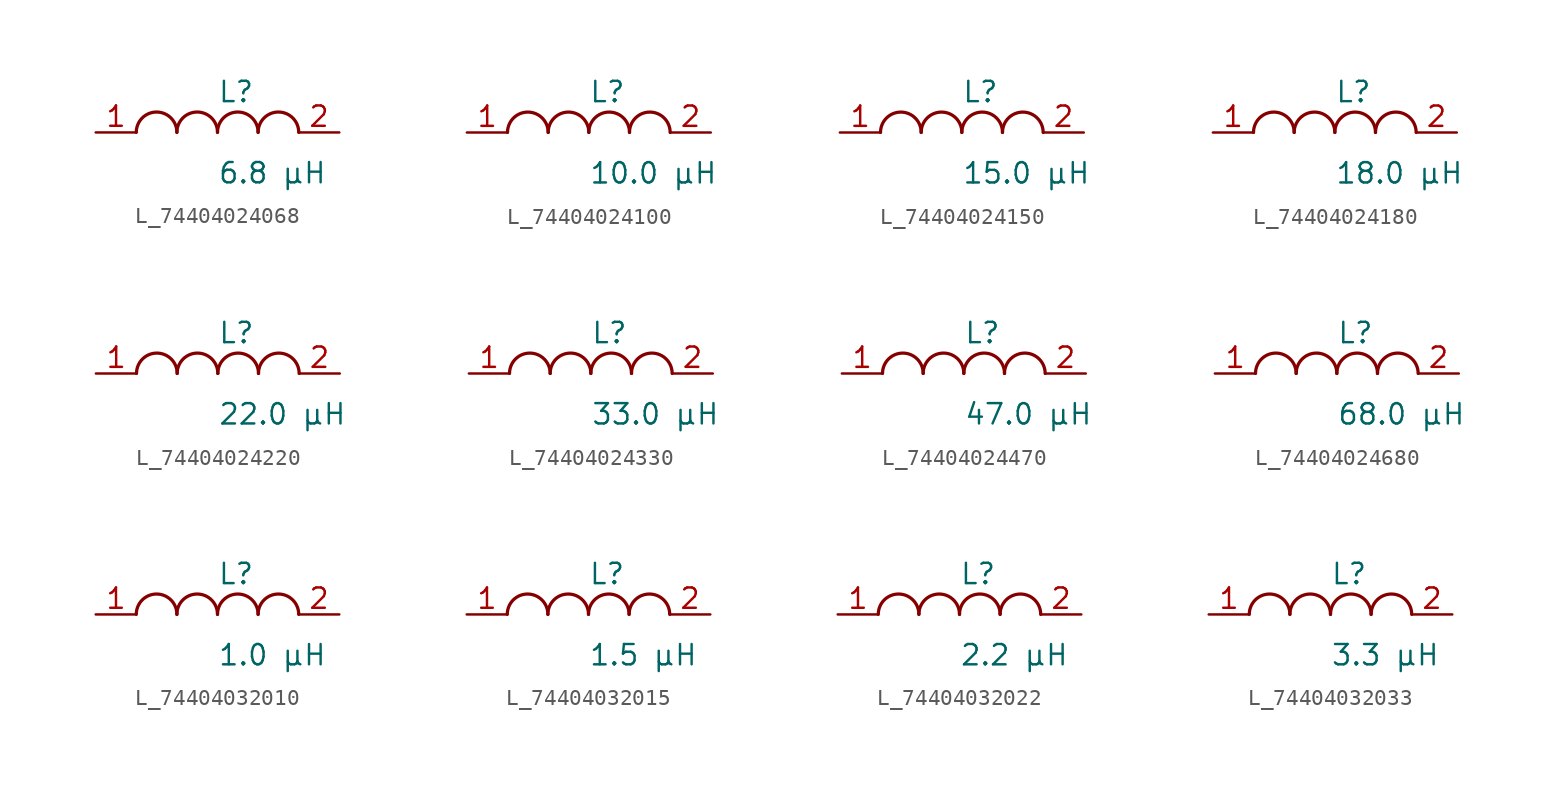
<source format=kicad_sym>
(kicad_symbol_lib
  (version 20231120)
  (generator kicad_symbol_editor)
  (generator_version 8.0)
  (symbol "L_74404024068"
    (pin_names
      (offset 0.254))
    (property "Reference" "L"
      (at 0.0 2.54 0)
      (effects (font (size 1.27 1.27)) (justify left)))
    (property "Value" "6.8 µH"
      (at 0.0 -2.54 0)
      (effects (font (size 1.27 1.27)) (justify left)))
    (symbol "L_74404024068_1_1"
      (arc (start -2.54 0.0056) (mid -3.81 1.27) (end -5.08 0.0056) (stroke (width 0.2032) (type default)) (fill (type none)))
      (arc (start 0 0.0056) (mid -1.27 1.27) (end -2.54 0.0056) (stroke (width 0.2032) (type default)) (fill (type none)))
      (arc (start 2.54 0.0056) (mid 1.27 1.27) (end 0 0.0056) (stroke (width 0.2032) (type default)) (fill (type none)))
      (arc (start 5.08 0.0056) (mid 3.81 1.27) (end 2.54 0.0056) (stroke (width 0.2032) (type default)) (fill (type none)))
      (pin unspecified line (at -7.62 0 0) (length 2.54) (name "" (effects (font (size 1.27 1.27)))) (number "1" (effects (font (size 1.27 1.27)))))
      (pin unspecified line (at 7.62 0 180) (length 2.54) (name "" (effects (font (size 1.27 1.27)))) (number "2" (effects (font (size 1.27 1.27)))))))
  (symbol "L_74404024100"
    (pin_names
      (offset 0.254))
    (property "Reference" "L"
      (at 0.0 2.54 0)
      (effects (font (size 1.27 1.27)) (justify left)))
    (property "Value" "10.0 µH"
      (at 0.0 -2.54 0)
      (effects (font (size 1.27 1.27)) (justify left)))
    (symbol "L_74404024100_1_1"
      (arc (start -2.54 0.0056) (mid -3.81 1.27) (end -5.08 0.0056) (stroke (width 0.2032) (type default)) (fill (type none)))
      (arc (start 0 0.0056) (mid -1.27 1.27) (end -2.54 0.0056) (stroke (width 0.2032) (type default)) (fill (type none)))
      (arc (start 2.54 0.0056) (mid 1.27 1.27) (end 0 0.0056) (stroke (width 0.2032) (type default)) (fill (type none)))
      (arc (start 5.08 0.0056) (mid 3.81 1.27) (end 2.54 0.0056) (stroke (width 0.2032) (type default)) (fill (type none)))
      (pin unspecified line (at -7.62 0 0) (length 2.54) (name "" (effects (font (size 1.27 1.27)))) (number "1" (effects (font (size 1.27 1.27)))))
      (pin unspecified line (at 7.62 0 180) (length 2.54) (name "" (effects (font (size 1.27 1.27)))) (number "2" (effects (font (size 1.27 1.27)))))))
  (symbol "L_74404024150"
    (pin_names
      (offset 0.254))
    (property "Reference" "L"
      (at 0.0 2.54 0)
      (effects (font (size 1.27 1.27)) (justify left)))
    (property "Value" "15.0 µH"
      (at 0.0 -2.54 0)
      (effects (font (size 1.27 1.27)) (justify left)))
    (symbol "L_74404024150_1_1"
      (arc (start -2.54 0.0056) (mid -3.81 1.27) (end -5.08 0.0056) (stroke (width 0.2032) (type default)) (fill (type none)))
      (arc (start 0 0.0056) (mid -1.27 1.27) (end -2.54 0.0056) (stroke (width 0.2032) (type default)) (fill (type none)))
      (arc (start 2.54 0.0056) (mid 1.27 1.27) (end 0 0.0056) (stroke (width 0.2032) (type default)) (fill (type none)))
      (arc (start 5.08 0.0056) (mid 3.81 1.27) (end 2.54 0.0056) (stroke (width 0.2032) (type default)) (fill (type none)))
      (pin unspecified line (at -7.62 0 0) (length 2.54) (name "" (effects (font (size 1.27 1.27)))) (number "1" (effects (font (size 1.27 1.27)))))
      (pin unspecified line (at 7.62 0 180) (length 2.54) (name "" (effects (font (size 1.27 1.27)))) (number "2" (effects (font (size 1.27 1.27)))))))
  (symbol "L_74404024180"
    (pin_names
      (offset 0.254))
    (property "Reference" "L"
      (at 0.0 2.54 0)
      (effects (font (size 1.27 1.27)) (justify left)))
    (property "Value" "18.0 µH"
      (at 0.0 -2.54 0)
      (effects (font (size 1.27 1.27)) (justify left)))
    (symbol "L_74404024180_1_1"
      (arc (start -2.54 0.0056) (mid -3.81 1.27) (end -5.08 0.0056) (stroke (width 0.2032) (type default)) (fill (type none)))
      (arc (start 0 0.0056) (mid -1.27 1.27) (end -2.54 0.0056) (stroke (width 0.2032) (type default)) (fill (type none)))
      (arc (start 2.54 0.0056) (mid 1.27 1.27) (end 0 0.0056) (stroke (width 0.2032) (type default)) (fill (type none)))
      (arc (start 5.08 0.0056) (mid 3.81 1.27) (end 2.54 0.0056) (stroke (width 0.2032) (type default)) (fill (type none)))
      (pin unspecified line (at -7.62 0 0) (length 2.54) (name "" (effects (font (size 1.27 1.27)))) (number "1" (effects (font (size 1.27 1.27)))))
      (pin unspecified line (at 7.62 0 180) (length 2.54) (name "" (effects (font (size 1.27 1.27)))) (number "2" (effects (font (size 1.27 1.27)))))))
  (symbol "L_74404024220"
    (pin_names
      (offset 0.254))
    (property "Reference" "L"
      (at 0.0 2.54 0)
      (effects (font (size 1.27 1.27)) (justify left)))
    (property "Value" "22.0 µH"
      (at 0.0 -2.54 0)
      (effects (font (size 1.27 1.27)) (justify left)))
    (symbol "L_74404024220_1_1"
      (arc (start -2.54 0.0056) (mid -3.81 1.27) (end -5.08 0.0056) (stroke (width 0.2032) (type default)) (fill (type none)))
      (arc (start 0 0.0056) (mid -1.27 1.27) (end -2.54 0.0056) (stroke (width 0.2032) (type default)) (fill (type none)))
      (arc (start 2.54 0.0056) (mid 1.27 1.27) (end 0 0.0056) (stroke (width 0.2032) (type default)) (fill (type none)))
      (arc (start 5.08 0.0056) (mid 3.81 1.27) (end 2.54 0.0056) (stroke (width 0.2032) (type default)) (fill (type none)))
      (pin unspecified line (at -7.62 0 0) (length 2.54) (name "" (effects (font (size 1.27 1.27)))) (number "1" (effects (font (size 1.27 1.27)))))
      (pin unspecified line (at 7.62 0 180) (length 2.54) (name "" (effects (font (size 1.27 1.27)))) (number "2" (effects (font (size 1.27 1.27)))))))
  (symbol "L_74404024330"
    (pin_names
      (offset 0.254))
    (property "Reference" "L"
      (at 0.0 2.54 0)
      (effects (font (size 1.27 1.27)) (justify left)))
    (property "Value" "33.0 µH"
      (at 0.0 -2.54 0)
      (effects (font (size 1.27 1.27)) (justify left)))
    (symbol "L_74404024330_1_1"
      (arc (start -2.54 0.0056) (mid -3.81 1.27) (end -5.08 0.0056) (stroke (width 0.2032) (type default)) (fill (type none)))
      (arc (start 0 0.0056) (mid -1.27 1.27) (end -2.54 0.0056) (stroke (width 0.2032) (type default)) (fill (type none)))
      (arc (start 2.54 0.0056) (mid 1.27 1.27) (end 0 0.0056) (stroke (width 0.2032) (type default)) (fill (type none)))
      (arc (start 5.08 0.0056) (mid 3.81 1.27) (end 2.54 0.0056) (stroke (width 0.2032) (type default)) (fill (type none)))
      (pin unspecified line (at -7.62 0 0) (length 2.54) (name "" (effects (font (size 1.27 1.27)))) (number "1" (effects (font (size 1.27 1.27)))))
      (pin unspecified line (at 7.62 0 180) (length 2.54) (name "" (effects (font (size 1.27 1.27)))) (number "2" (effects (font (size 1.27 1.27)))))))
  (symbol "L_74404024470"
    (pin_names
      (offset 0.254))
    (property "Reference" "L"
      (at 0.0 2.54 0)
      (effects (font (size 1.27 1.27)) (justify left)))
    (property "Value" "47.0 µH"
      (at 0.0 -2.54 0)
      (effects (font (size 1.27 1.27)) (justify left)))
    (symbol "L_74404024470_1_1"
      (arc (start -2.54 0.0056) (mid -3.81 1.27) (end -5.08 0.0056) (stroke (width 0.2032) (type default)) (fill (type none)))
      (arc (start 0 0.0056) (mid -1.27 1.27) (end -2.54 0.0056) (stroke (width 0.2032) (type default)) (fill (type none)))
      (arc (start 2.54 0.0056) (mid 1.27 1.27) (end 0 0.0056) (stroke (width 0.2032) (type default)) (fill (type none)))
      (arc (start 5.08 0.0056) (mid 3.81 1.27) (end 2.54 0.0056) (stroke (width 0.2032) (type default)) (fill (type none)))
      (pin unspecified line (at -7.62 0 0) (length 2.54) (name "" (effects (font (size 1.27 1.27)))) (number "1" (effects (font (size 1.27 1.27)))))
      (pin unspecified line (at 7.62 0 180) (length 2.54) (name "" (effects (font (size 1.27 1.27)))) (number "2" (effects (font (size 1.27 1.27)))))))
  (symbol "L_74404024680"
    (pin_names
      (offset 0.254))
    (property "Reference" "L"
      (at 0.0 2.54 0)
      (effects (font (size 1.27 1.27)) (justify left)))
    (property "Value" "68.0 µH"
      (at 0.0 -2.54 0)
      (effects (font (size 1.27 1.27)) (justify left)))
    (symbol "L_74404024680_1_1"
      (arc (start -2.54 0.0056) (mid -3.81 1.27) (end -5.08 0.0056) (stroke (width 0.2032) (type default)) (fill (type none)))
      (arc (start 0 0.0056) (mid -1.27 1.27) (end -2.54 0.0056) (stroke (width 0.2032) (type default)) (fill (type none)))
      (arc (start 2.54 0.0056) (mid 1.27 1.27) (end 0 0.0056) (stroke (width 0.2032) (type default)) (fill (type none)))
      (arc (start 5.08 0.0056) (mid 3.81 1.27) (end 2.54 0.0056) (stroke (width 0.2032) (type default)) (fill (type none)))
      (pin unspecified line (at -7.62 0 0) (length 2.54) (name "" (effects (font (size 1.27 1.27)))) (number "1" (effects (font (size 1.27 1.27)))))
      (pin unspecified line (at 7.62 0 180) (length 2.54) (name "" (effects (font (size 1.27 1.27)))) (number "2" (effects (font (size 1.27 1.27)))))))
  (symbol "L_74404032010"
    (pin_names
      (offset 0.254))
    (property "Reference" "L"
      (at 0.0 2.54 0)
      (effects (font (size 1.27 1.27)) (justify left)))
    (property "Value" "1.0 µH"
      (at 0.0 -2.54 0)
      (effects (font (size 1.27 1.27)) (justify left)))
    (symbol "L_74404032010_1_1"
      (arc (start -2.54 0.0056) (mid -3.81 1.27) (end -5.08 0.0056) (stroke (width 0.2032) (type default)) (fill (type none)))
      (arc (start 0 0.0056) (mid -1.27 1.27) (end -2.54 0.0056) (stroke (width 0.2032) (type default)) (fill (type none)))
      (arc (start 2.54 0.0056) (mid 1.27 1.27) (end 0 0.0056) (stroke (width 0.2032) (type default)) (fill (type none)))
      (arc (start 5.08 0.0056) (mid 3.81 1.27) (end 2.54 0.0056) (stroke (width 0.2032) (type default)) (fill (type none)))
      (pin unspecified line (at -7.62 0 0) (length 2.54) (name "" (effects (font (size 1.27 1.27)))) (number "1" (effects (font (size 1.27 1.27)))))
      (pin unspecified line (at 7.62 0 180) (length 2.54) (name "" (effects (font (size 1.27 1.27)))) (number "2" (effects (font (size 1.27 1.27)))))))
  (symbol "L_74404032015"
    (pin_names
      (offset 0.254))
    (property "Reference" "L"
      (at 0.0 2.54 0)
      (effects (font (size 1.27 1.27)) (justify left)))
    (property "Value" "1.5 µH"
      (at 0.0 -2.54 0)
      (effects (font (size 1.27 1.27)) (justify left)))
    (symbol "L_74404032015_1_1"
      (arc (start -2.54 0.0056) (mid -3.81 1.27) (end -5.08 0.0056) (stroke (width 0.2032) (type default)) (fill (type none)))
      (arc (start 0 0.0056) (mid -1.27 1.27) (end -2.54 0.0056) (stroke (width 0.2032) (type default)) (fill (type none)))
      (arc (start 2.54 0.0056) (mid 1.27 1.27) (end 0 0.0056) (stroke (width 0.2032) (type default)) (fill (type none)))
      (arc (start 5.08 0.0056) (mid 3.81 1.27) (end 2.54 0.0056) (stroke (width 0.2032) (type default)) (fill (type none)))
      (pin unspecified line (at -7.62 0 0) (length 2.54) (name "" (effects (font (size 1.27 1.27)))) (number "1" (effects (font (size 1.27 1.27)))))
      (pin unspecified line (at 7.62 0 180) (length 2.54) (name "" (effects (font (size 1.27 1.27)))) (number "2" (effects (font (size 1.27 1.27)))))))
  (symbol "L_74404032022"
    (pin_names
      (offset 0.254))
    (property "Reference" "L"
      (at 0.0 2.54 0)
      (effects (font (size 1.27 1.27)) (justify left)))
    (property "Value" "2.2 µH"
      (at 0.0 -2.54 0)
      (effects (font (size 1.27 1.27)) (justify left)))
    (symbol "L_74404032022_1_1"
      (arc (start -2.54 0.0056) (mid -3.81 1.27) (end -5.08 0.0056) (stroke (width 0.2032) (type default)) (fill (type none)))
      (arc (start 0 0.0056) (mid -1.27 1.27) (end -2.54 0.0056) (stroke (width 0.2032) (type default)) (fill (type none)))
      (arc (start 2.54 0.0056) (mid 1.27 1.27) (end 0 0.0056) (stroke (width 0.2032) (type default)) (fill (type none)))
      (arc (start 5.08 0.0056) (mid 3.81 1.27) (end 2.54 0.0056) (stroke (width 0.2032) (type default)) (fill (type none)))
      (pin unspecified line (at -7.62 0 0) (length 2.54) (name "" (effects (font (size 1.27 1.27)))) (number "1" (effects (font (size 1.27 1.27)))))
      (pin unspecified line (at 7.62 0 180) (length 2.54) (name "" (effects (font (size 1.27 1.27)))) (number "2" (effects (font (size 1.27 1.27)))))))
  (symbol "L_74404032033"
    (pin_names
      (offset 0.254))
    (property "Reference" "L"
      (at 0.0 2.54 0)
      (effects (font (size 1.27 1.27)) (justify left)))
    (property "Value" "3.3 µH"
      (at 0.0 -2.54 0)
      (effects (font (size 1.27 1.27)) (justify left)))
    (symbol "L_74404032033_1_1"
      (arc (start -2.54 0.0056) (mid -3.81 1.27) (end -5.08 0.0056) (stroke (width 0.2032) (type default)) (fill (type none)))
      (arc (start 0 0.0056) (mid -1.27 1.27) (end -2.54 0.0056) (stroke (width 0.2032) (type default)) (fill (type none)))
      (arc (start 2.54 0.0056) (mid 1.27 1.27) (end 0 0.0056) (stroke (width 0.2032) (type default)) (fill (type none)))
      (arc (start 5.08 0.0056) (mid 3.81 1.27) (end 2.54 0.0056) (stroke (width 0.2032) (type default)) (fill (type none)))
      (pin unspecified line (at -7.62 0 0) (length 2.54) (name "" (effects (font (size 1.27 1.27)))) (number "1" (effects (font (size 1.27 1.27)))))
      (pin unspecified line (at 7.62 0 180) (length 2.54) (name "" (effects (font (size 1.27 1.27)))) (number "2" (effects (font (size 1.27 1.27))))))))
</source>
